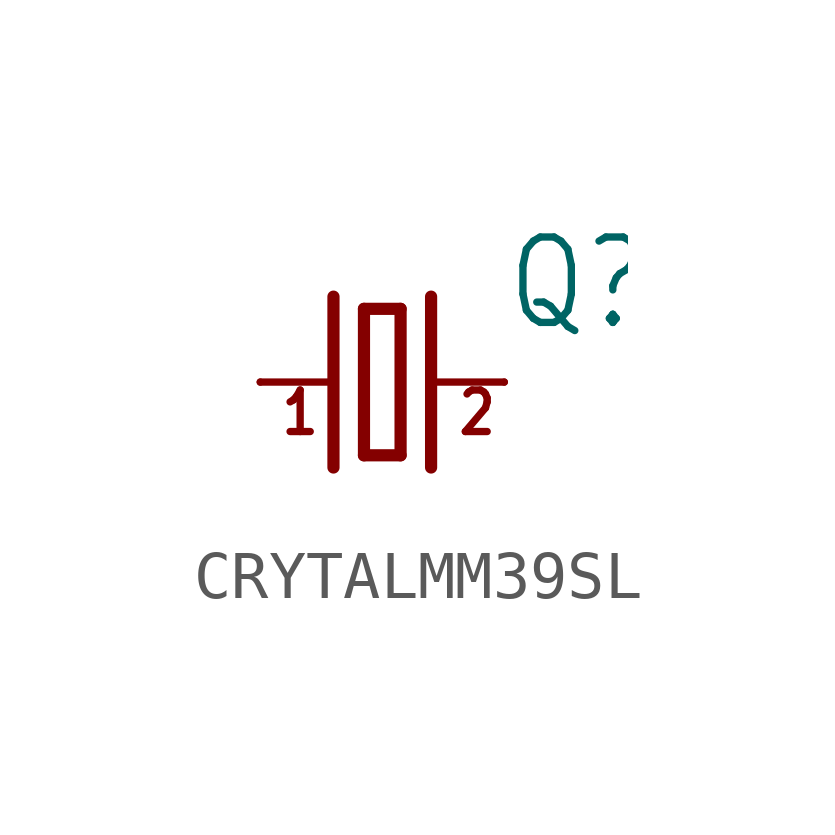
<source format=kicad_sym>
(kicad_symbol_lib
  (version 20220914)
  (generator kicad_symbol_editor)
  (symbol "CRYTALMM39SL"
    (property "Reference" "Q"
      (at 2.54 1.016 0)
      (effects (font (size 1.778 1.511)) (justify left bottom)))
    (property "Value" ""
      (at 2.54 -2.54 0)
      (effects (font (size 1.778 1.511)) (justify left bottom)))
    (property "ki_locked" ""
      (at 0 0 0)
      (effects (font (size 1.27 1.27))))
    (symbol "CRYTALMM39SL_1_0"
      (polyline (pts (xy -2.54 0) (xy -1.016 0)) (stroke (width 0.152) (type solid)) (fill (type none)))
      (polyline (pts (xy -1.016 1.778) (xy -1.016 -1.778)) (stroke (width 0.254) (type solid)) (fill (type none)))
      (polyline (pts (xy -0.381 -1.524) (xy 0.381 -1.524)) (stroke (width 0.254) (type solid)) (fill (type none)))
      (polyline (pts (xy -0.381 1.524) (xy -0.381 -1.524)) (stroke (width 0.254) (type solid)) (fill (type none)))
      (polyline (pts (xy 0.381 -1.524) (xy 0.381 1.524)) (stroke (width 0.254) (type solid)) (fill (type none)))
      (polyline (pts (xy 0.381 1.524) (xy -0.381 1.524)) (stroke (width 0.254) (type solid)) (fill (type none)))
      (polyline (pts (xy 1.016 0) (xy 2.54 0)) (stroke (width 0.152) (type solid)) (fill (type none)))
      (polyline (pts (xy 1.016 1.778) (xy 1.016 -1.778)) (stroke (width 0.254) (type solid)) (fill (type none)))
      (text "1" (at -2.159 -1.143 0) (effects (font (size 0.864 0.734)) (justify left bottom)))
      (text "2" (at 1.524 -1.143 0) (effects (font (size 0.864 0.734)) (justify left bottom)))
      (pin passive line (at -2.54 0 0) (length 0) (name "1" (effects (font (size 0 0)))) (number "1" (effects (font (size 0 0)))))
      (pin passive line (at 2.54 0 180) (length 0) (name "2" (effects (font (size 0 0)))) (number "4" (effects (font (size 0 0))))))))
</source>
